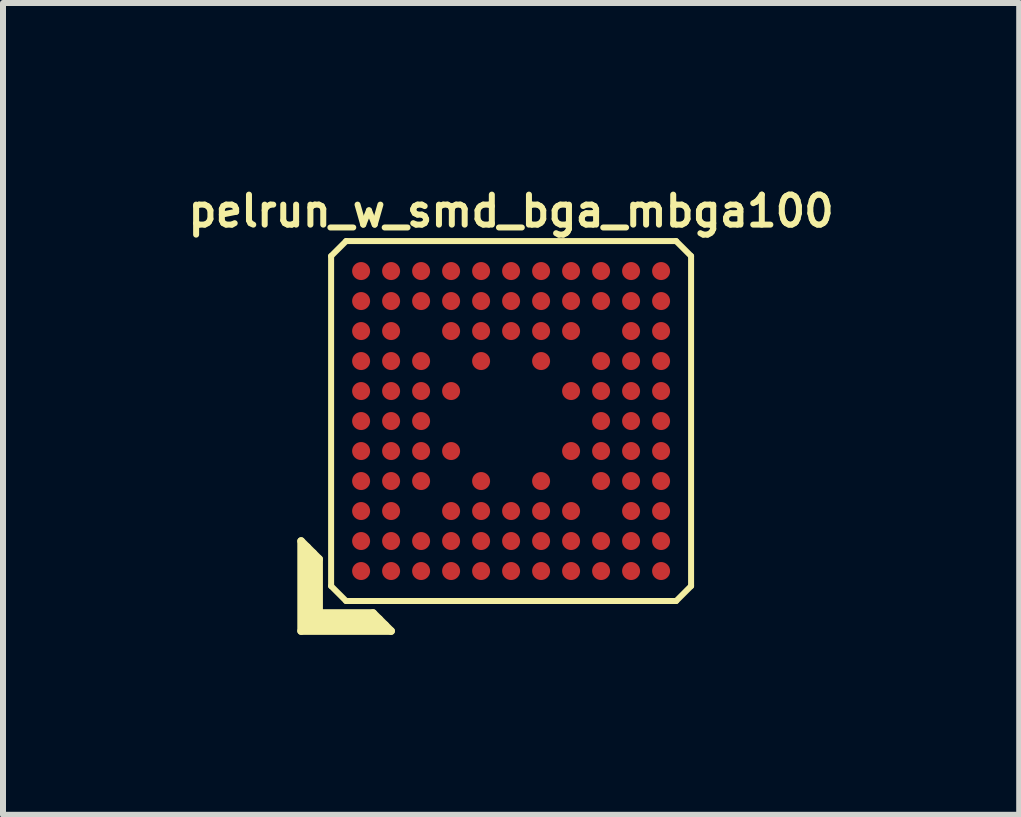
<source format=kicad_pcb>
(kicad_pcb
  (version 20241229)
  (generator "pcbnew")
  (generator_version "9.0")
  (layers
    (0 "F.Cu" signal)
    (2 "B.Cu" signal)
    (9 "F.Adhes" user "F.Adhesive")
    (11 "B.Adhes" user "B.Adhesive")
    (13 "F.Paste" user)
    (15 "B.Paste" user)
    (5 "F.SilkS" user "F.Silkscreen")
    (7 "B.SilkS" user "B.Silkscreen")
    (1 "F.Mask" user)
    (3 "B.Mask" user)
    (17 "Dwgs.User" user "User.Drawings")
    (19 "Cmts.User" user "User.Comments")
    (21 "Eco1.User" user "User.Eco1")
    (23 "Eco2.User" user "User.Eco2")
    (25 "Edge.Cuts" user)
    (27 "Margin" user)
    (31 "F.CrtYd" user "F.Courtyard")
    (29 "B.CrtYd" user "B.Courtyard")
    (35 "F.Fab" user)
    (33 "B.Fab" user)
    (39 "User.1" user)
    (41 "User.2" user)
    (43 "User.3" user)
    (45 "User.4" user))
  (footprint "pelrun_w_smd_bga_mbga100"
    (layer "F.Cu")
    (at 5.469 3.968)
    (property "Reference" "pelrun_w_smd_bga_mbga100" (at 0 -3.5 0) (layer "F.SilkS") (effects (font (size 0.5 0.5) (thickness 0.1))))
    (attr through_hole)
    (fp_line (start -3.5 2) (end -3.2 2.3) (stroke (width 0.127) (type solid)) (layer "F.SilkS"))
    (fp_line (start -3.5 3.5) (end -3.5 2) (stroke (width 0.127) (type solid)) (layer "F.SilkS"))
    (fp_line (start -3.4 2.1) (end -3.4 3.4) (stroke (width 0.127) (type solid)) (layer "F.SilkS"))
    (fp_line (start -3.4 3.4) (end -2.1 3.4) (stroke (width 0.127) (type solid)) (layer "F.SilkS"))
    (fp_line (start -3.3 3.3) (end -3.3 2.2) (stroke (width 0.127) (type solid)) (layer "F.SilkS"))
    (fp_line (start -3.2 2.3) (end -3.2 3.2) (stroke (width 0.127) (type solid)) (layer "F.SilkS"))
    (fp_line (start -3.2 3.2) (end -2.3 3.2) (stroke (width 0.127) (type solid)) (layer "F.SilkS"))
    (fp_line (start -3 -2.75) (end -3 2.75) (stroke (width 0.1) (type solid)) (layer "F.SilkS"))
    (fp_line (start -3 -2.75) (end -2.75 -3) (stroke (width 0.1) (type solid)) (layer "F.SilkS"))
    (fp_line (start -2.75 3) (end -3 2.75) (stroke (width 0.1) (type solid)) (layer "F.SilkS"))
    (fp_line (start -2.75 3) (end 2.75 3) (stroke (width 0.1) (type solid)) (layer "F.SilkS"))
    (fp_line (start -2.3 3.2) (end -2 3.5) (stroke (width 0.127) (type solid)) (layer "F.SilkS"))
    (fp_line (start -2.2 3.3) (end -3.3 3.3) (stroke (width 0.127) (type solid)) (layer "F.SilkS"))
    (fp_line (start -2 3.5) (end -3.5 3.5) (stroke (width 0.127) (type solid)) (layer "F.SilkS"))
    (fp_line (start 2.75 -3) (end -2.75 -3) (stroke (width 0.1) (type solid)) (layer "F.SilkS"))
    (fp_line (start 2.75 -3) (end 3 -2.75) (stroke (width 0.1) (type solid)) (layer "F.SilkS"))
    (fp_line (start 3 2.75) (end 2.75 3) (stroke (width 0.1) (type solid)) (layer "F.SilkS"))
    (fp_line (start 3 2.75) (end 3 -2.75) (stroke (width 0.1) (type solid)) (layer "F.SilkS"))
    (pad "A1" smd circle (at -2.5 2.5) (size 0.3 0.3) (layers "F.Cu" "F.Mask" "F.Paste"))
    (pad "A2" smd circle (at -2 2.5) (size 0.3 0.3) (layers "F.Cu" "F.Mask" "F.Paste"))
    (pad "A3" smd circle (at -1.5 2.5) (size 0.3 0.3) (layers "F.Cu" "F.Mask" "F.Paste"))
    (pad "A4" smd circle (at -1 2.5) (size 0.3 0.3) (layers "F.Cu" "F.Mask" "F.Paste"))
    (pad "A5" smd circle (at -0.5 2.5) (size 0.3 0.3) (layers "F.Cu" "F.Mask" "F.Paste"))
    (pad "A6" smd circle (at 0 2.5) (size 0.3 0.3) (layers "F.Cu" "F.Mask" "F.Paste"))
    (pad "A7" smd circle (at 0.5 2.5) (size 0.3 0.3) (layers "F.Cu" "F.Mask" "F.Paste"))
    (pad "A8" smd circle (at 1 2.5) (size 0.3 0.3) (layers "F.Cu" "F.Mask" "F.Paste"))
    (pad "A9" smd circle (at 1.5 2.5) (size 0.3 0.3) (layers "F.Cu" "F.Mask" "F.Paste"))
    (pad "A10" smd circle (at 2 2.5) (size 0.3 0.3) (layers "F.Cu" "F.Mask" "F.Paste"))
    (pad "A11" smd circle (at 2.5 2.5) (size 0.3 0.3) (layers "F.Cu" "F.Mask" "F.Paste"))
    (pad "B1" smd circle (at -2.5 2) (size 0.3 0.3) (layers "F.Cu" "F.Mask" "F.Paste"))
    (pad "B2" smd circle (at -2 2) (size 0.3 0.3) (layers "F.Cu" "F.Mask" "F.Paste"))
    (pad "B3" smd circle (at -1.5 2) (size 0.3 0.3) (layers "F.Cu" "F.Mask" "F.Paste"))
    (pad "B4" smd circle (at -1 2) (size 0.3 0.3) (layers "F.Cu" "F.Mask" "F.Paste"))
    (pad "B5" smd circle (at -0.5 2) (size 0.3 0.3) (layers "F.Cu" "F.Mask" "F.Paste"))
    (pad "B6" smd circle (at 0 2) (size 0.3 0.3) (layers "F.Cu" "F.Mask" "F.Paste"))
    (pad "B7" smd circle (at 0.5 2) (size 0.3 0.3) (layers "F.Cu" "F.Mask" "F.Paste"))
    (pad "B8" smd circle (at 1 2) (size 0.3 0.3) (layers "F.Cu" "F.Mask" "F.Paste"))
    (pad "B9" smd circle (at 1.5 2) (size 0.3 0.3) (layers "F.Cu" "F.Mask" "F.Paste"))
    (pad "B10" smd circle (at 2 2) (size 0.3 0.3) (layers "F.Cu" "F.Mask" "F.Paste"))
    (pad "B11" smd circle (at 2.5 2) (size 0.3 0.3) (layers "F.Cu" "F.Mask" "F.Paste"))
    (pad "C1" smd circle (at -2.5 1.5) (size 0.3 0.3) (layers "F.Cu" "F.Mask" "F.Paste"))
    (pad "C2" smd circle (at -2 1.5) (size 0.3 0.3) (layers "F.Cu" "F.Mask" "F.Paste"))
    (pad "C4" smd circle (at -1 1.5) (size 0.3 0.3) (layers "F.Cu" "F.Mask" "F.Paste"))
    (pad "C5" smd circle (at -0.5 1.5) (size 0.3 0.3) (layers "F.Cu" "F.Mask" "F.Paste"))
    (pad "C6" smd circle (at 0 1.5) (size 0.3 0.3) (layers "F.Cu" "F.Mask" "F.Paste"))
    (pad "C7" smd circle (at 0.5 1.5) (size 0.3 0.3) (layers "F.Cu" "F.Mask" "F.Paste"))
    (pad "C8" smd circle (at 1 1.5) (size 0.3 0.3) (layers "F.Cu" "F.Mask" "F.Paste"))
    (pad "C10" smd circle (at 2 1.5) (size 0.3 0.3) (layers "F.Cu" "F.Mask" "F.Paste"))
    (pad "C11" smd circle (at 2.5 1.5) (size 0.3 0.3) (layers "F.Cu" "F.Mask" "F.Paste"))
    (pad "D1" smd circle (at -2.5 1) (size 0.3 0.3) (layers "F.Cu" "F.Mask" "F.Paste"))
    (pad "D2" smd circle (at -2 1) (size 0.3 0.3) (layers "F.Cu" "F.Mask" "F.Paste"))
    (pad "D3" smd circle (at -1.5 1) (size 0.3 0.3) (layers "F.Cu" "F.Mask" "F.Paste"))
    (pad "D5" smd circle (at -0.5 1) (size 0.3 0.3) (layers "F.Cu" "F.Mask" "F.Paste"))
    (pad "D7" smd circle (at 0.5 1) (size 0.3 0.3) (layers "F.Cu" "F.Mask" "F.Paste"))
    (pad "D9" smd circle (at 1.5 1) (size 0.3 0.3) (layers "F.Cu" "F.Mask" "F.Paste"))
    (pad "D10" smd circle (at 2 1) (size 0.3 0.3) (layers "F.Cu" "F.Mask" "F.Paste"))
    (pad "D11" smd circle (at 2.5 1) (size 0.3 0.3) (layers "F.Cu" "F.Mask" "F.Paste"))
    (pad "E1" smd circle (at -2.5 0.5) (size 0.3 0.3) (layers "F.Cu" "F.Mask" "F.Paste"))
    (pad "E2" smd circle (at -2 0.5) (size 0.3 0.3) (layers "F.Cu" "F.Mask" "F.Paste"))
    (pad "E3" smd circle (at -1.5 0.5) (size 0.3 0.3) (layers "F.Cu" "F.Mask" "F.Paste"))
    (pad "E4" smd circle (at -1 0.5) (size 0.3 0.3) (layers "F.Cu" "F.Mask" "F.Paste"))
    (pad "E8" smd circle (at 1 0.5) (size 0.3 0.3) (layers "F.Cu" "F.Mask" "F.Paste"))
    (pad "E9" smd circle (at 1.5 0.5) (size 0.3 0.3) (layers "F.Cu" "F.Mask" "F.Paste"))
    (pad "E10" smd circle (at 2 0.5) (size 0.3 0.3) (layers "F.Cu" "F.Mask" "F.Paste"))
    (pad "E11" smd circle (at 2.5 0.5) (size 0.3 0.3) (layers "F.Cu" "F.Mask" "F.Paste"))
    (pad "F1" smd circle (at -2.5 0) (size 0.3 0.3) (layers "F.Cu" "F.Mask" "F.Paste"))
    (pad "F2" smd circle (at -2 0) (size 0.3 0.3) (layers "F.Cu" "F.Mask" "F.Paste"))
    (pad "F3" smd circle (at -1.5 0) (size 0.3 0.3) (layers "F.Cu" "F.Mask" "F.Paste"))
    (pad "F9" smd circle (at 1.5 0) (size 0.3 0.3) (layers "F.Cu" "F.Mask" "F.Paste"))
    (pad "F10" smd circle (at 2 0) (size 0.3 0.3) (layers "F.Cu" "F.Mask" "F.Paste"))
    (pad "F11" smd circle (at 2.5 0) (size 0.3 0.3) (layers "F.Cu" "F.Mask" "F.Paste"))
    (pad "G1" smd circle (at -2.5 -0.5) (size 0.3 0.3) (layers "F.Cu" "F.Mask" "F.Paste"))
    (pad "G2" smd circle (at -2 -0.5) (size 0.3 0.3) (layers "F.Cu" "F.Mask" "F.Paste"))
    (pad "G3" smd circle (at -1.5 -0.5) (size 0.3 0.3) (layers "F.Cu" "F.Mask" "F.Paste"))
    (pad "G4" smd circle (at -1 -0.5) (size 0.3 0.3) (layers "F.Cu" "F.Mask" "F.Paste"))
    (pad "G8" smd circle (at 1 -0.5) (size 0.3 0.3) (layers "F.Cu" "F.Mask" "F.Paste"))
    (pad "G9" smd circle (at 1.5 -0.5) (size 0.3 0.3) (layers "F.Cu" "F.Mask" "F.Paste"))
    (pad "G10" smd circle (at 2 -0.5) (size 0.3 0.3) (layers "F.Cu" "F.Mask" "F.Paste"))
    (pad "G11" smd circle (at 2.5 -0.5) (size 0.3 0.3) (layers "F.Cu" "F.Mask" "F.Paste"))
    (pad "H1" smd circle (at -2.5 -1) (size 0.3 0.3) (layers "F.Cu" "F.Mask" "F.Paste"))
    (pad "H2" smd circle (at -2 -1) (size 0.3 0.3) (layers "F.Cu" "F.Mask" "F.Paste"))
    (pad "H3" smd circle (at -1.5 -1) (size 0.3 0.3) (layers "F.Cu" "F.Mask" "F.Paste"))
    (pad "H5" smd circle (at -0.5 -1) (size 0.3 0.3) (layers "F.Cu" "F.Mask" "F.Paste"))
    (pad "H7" smd circle (at 0.5 -1) (size 0.3 0.3) (layers "F.Cu" "F.Mask" "F.Paste"))
    (pad "H9" smd circle (at 1.5 -1) (size 0.3 0.3) (layers "F.Cu" "F.Mask" "F.Paste"))
    (pad "H10" smd circle (at 2 -1) (size 0.3 0.3) (layers "F.Cu" "F.Mask" "F.Paste"))
    (pad "H11" smd circle (at 2.5 -1) (size 0.3 0.3) (layers "F.Cu" "F.Mask" "F.Paste"))
    (pad "J1" smd circle (at -2.5 -1.5) (size 0.3 0.3) (layers "F.Cu" "F.Mask" "F.Paste"))
    (pad "J2" smd circle (at -2 -1.5) (size 0.3 0.3) (layers "F.Cu" "F.Mask" "F.Paste"))
    (pad "J4" smd circle (at -1 -1.5) (size 0.3 0.3) (layers "F.Cu" "F.Mask" "F.Paste"))
    (pad "J5" smd circle (at -0.5 -1.5) (size 0.3 0.3) (layers "F.Cu" "F.Mask" "F.Paste"))
    (pad "J6" smd circle (at 0 -1.5) (size 0.3 0.3) (layers "F.Cu" "F.Mask" "F.Paste"))
    (pad "J7" smd circle (at 0.5 -1.5) (size 0.3 0.3) (layers "F.Cu" "F.Mask" "F.Paste"))
    (pad "J8" smd circle (at 1 -1.5) (size 0.3 0.3) (layers "F.Cu" "F.Mask" "F.Paste"))
    (pad "J10" smd circle (at 2 -1.5) (size 0.3 0.3) (layers "F.Cu" "F.Mask" "F.Paste"))
    (pad "J11" smd circle (at 2.5 -1.5) (size 0.3 0.3) (layers "F.Cu" "F.Mask" "F.Paste"))
    (pad "K1" smd circle (at -2.5 -2) (size 0.3 0.3) (layers "F.Cu" "F.Mask" "F.Paste"))
    (pad "K2" smd circle (at -2 -2) (size 0.3 0.3) (layers "F.Cu" "F.Mask" "F.Paste"))
    (pad "K3" smd circle (at -1.5 -2) (size 0.3 0.3) (layers "F.Cu" "F.Mask" "F.Paste"))
    (pad "K4" smd circle (at -1 -2) (size 0.3 0.3) (layers "F.Cu" "F.Mask" "F.Paste"))
    (pad "K5" smd circle (at -0.5 -2) (size 0.3 0.3) (layers "F.Cu" "F.Mask" "F.Paste"))
    (pad "K6" smd circle (at 0 -2) (size 0.3 0.3) (layers "F.Cu" "F.Mask" "F.Paste"))
    (pad "K7" smd circle (at 0.5 -2) (size 0.3 0.3) (layers "F.Cu" "F.Mask" "F.Paste"))
    (pad "K8" smd circle (at 1 -2) (size 0.3 0.3) (layers "F.Cu" "F.Mask" "F.Paste"))
    (pad "K9" smd circle (at 1.5 -2) (size 0.3 0.3) (layers "F.Cu" "F.Mask" "F.Paste"))
    (pad "K10" smd circle (at 2 -2) (size 0.3 0.3) (layers "F.Cu" "F.Mask" "F.Paste"))
    (pad "K11" smd circle (at 2.5 -2) (size 0.3 0.3) (layers "F.Cu" "F.Mask" "F.Paste"))
    (pad "L1" smd circle (at -2.5 -2.5) (size 0.3 0.3) (layers "F.Cu" "F.Mask" "F.Paste"))
    (pad "L2" smd circle (at -2 -2.5) (size 0.3 0.3) (layers "F.Cu" "F.Mask" "F.Paste"))
    (pad "L3" smd circle (at -1.5 -2.5) (size 0.3 0.3) (layers "F.Cu" "F.Mask" "F.Paste"))
    (pad "L4" smd circle (at -1 -2.5) (size 0.3 0.3) (layers "F.Cu" "F.Mask" "F.Paste"))
    (pad "L5" smd circle (at -0.5 -2.5) (size 0.3 0.3) (layers "F.Cu" "F.Mask" "F.Paste"))
    (pad "L6" smd circle (at 0 -2.5) (size 0.3 0.3) (layers "F.Cu" "F.Mask" "F.Paste"))
    (pad "L7" smd circle (at 0.5 -2.5) (size 0.3 0.3) (layers "F.Cu" "F.Mask" "F.Paste"))
    (pad "L8" smd circle (at 1 -2.5) (size 0.3 0.3) (layers "F.Cu" "F.Mask" "F.Paste"))
    (pad "L9" smd circle (at 1.5 -2.5) (size 0.3 0.3) (layers "F.Cu" "F.Mask" "F.Paste"))
    (pad "L10" smd circle (at 2 -2.5) (size 0.3 0.3) (layers "F.Cu" "F.Mask" "F.Paste"))
    (pad "L11" smd circle (at 2.5 -2.5) (size 0.3 0.3) (layers "F.Cu" "F.Mask" "F.Paste")))
  (gr_rect
    (start -3 -3)
    (end 13.938 10.531)
    (stroke (width 0.1) (type default))
    (fill no)
    (layer "Edge.Cuts")))
</source>
